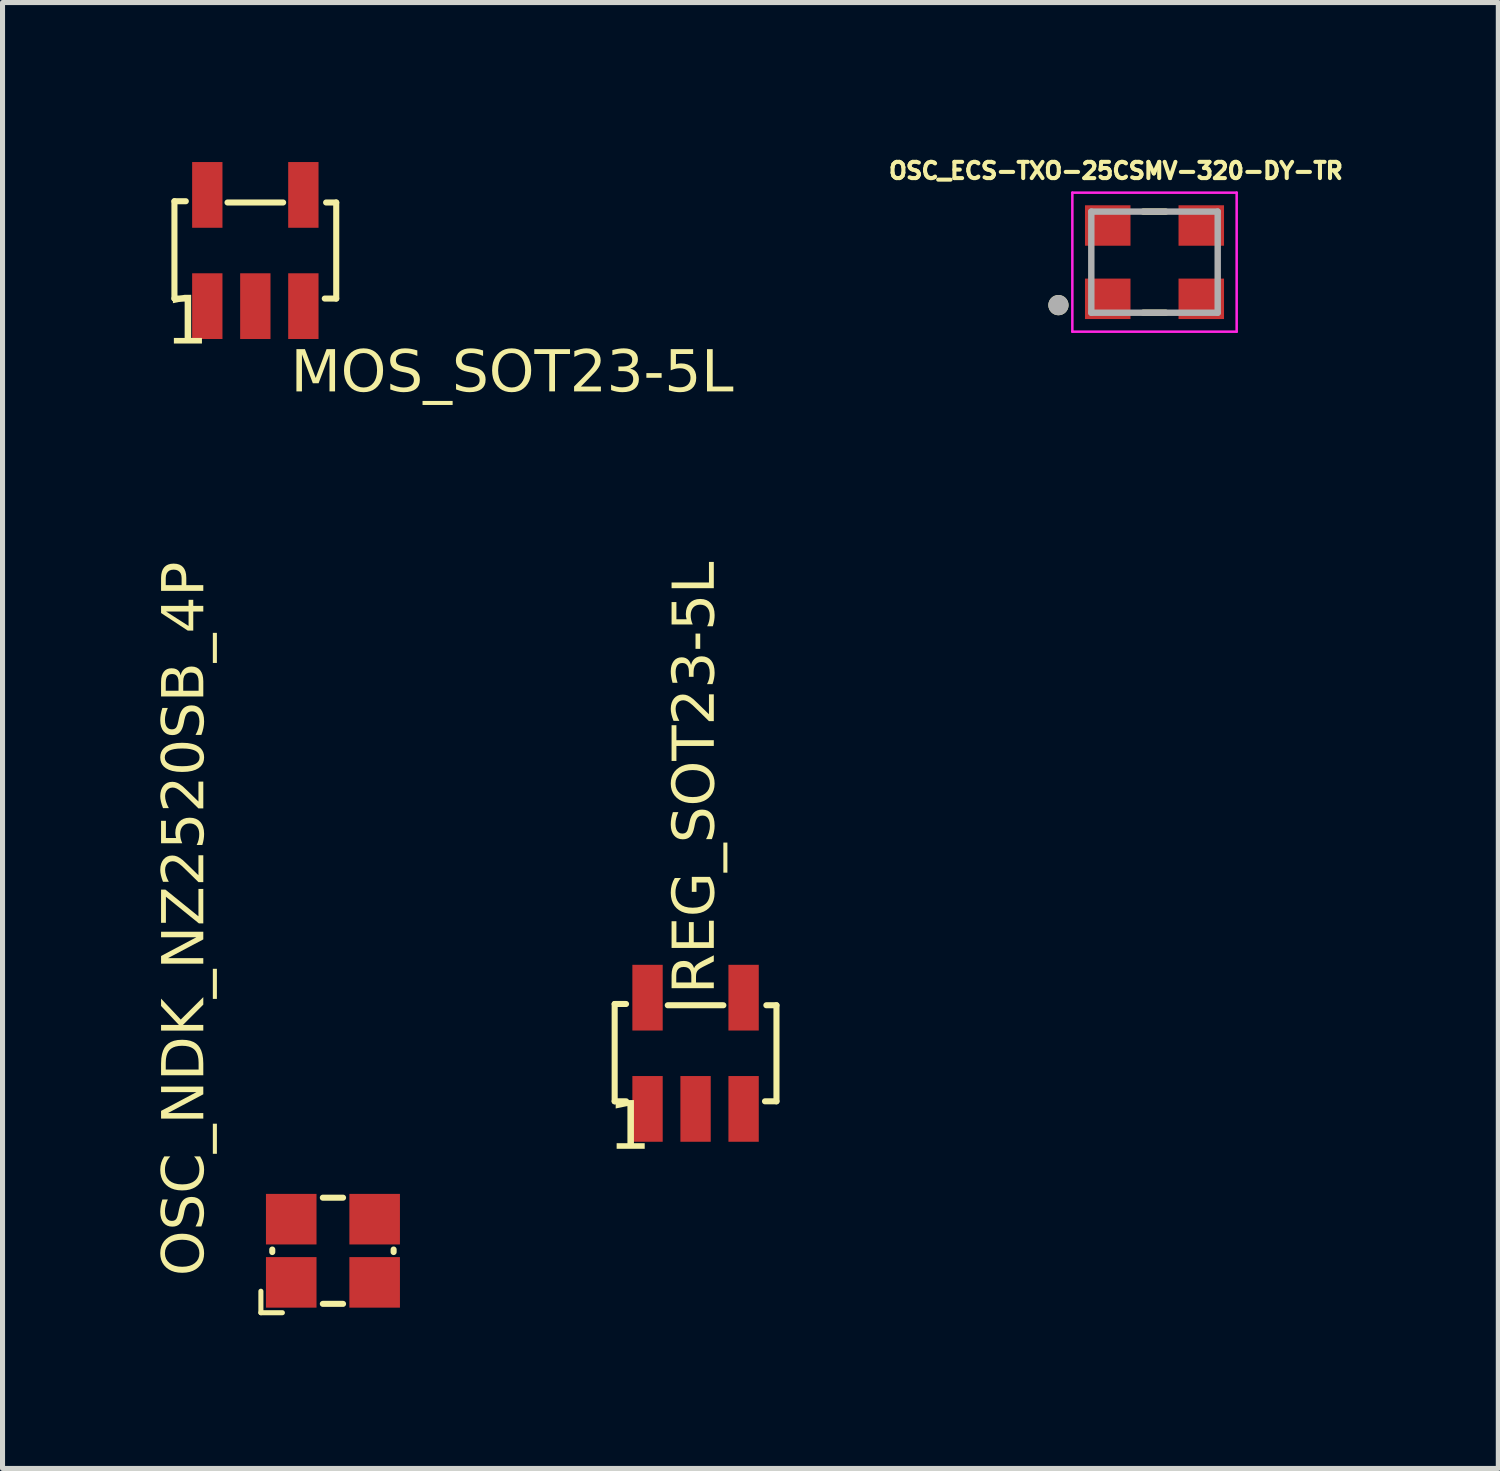
<source format=kicad_pcb>
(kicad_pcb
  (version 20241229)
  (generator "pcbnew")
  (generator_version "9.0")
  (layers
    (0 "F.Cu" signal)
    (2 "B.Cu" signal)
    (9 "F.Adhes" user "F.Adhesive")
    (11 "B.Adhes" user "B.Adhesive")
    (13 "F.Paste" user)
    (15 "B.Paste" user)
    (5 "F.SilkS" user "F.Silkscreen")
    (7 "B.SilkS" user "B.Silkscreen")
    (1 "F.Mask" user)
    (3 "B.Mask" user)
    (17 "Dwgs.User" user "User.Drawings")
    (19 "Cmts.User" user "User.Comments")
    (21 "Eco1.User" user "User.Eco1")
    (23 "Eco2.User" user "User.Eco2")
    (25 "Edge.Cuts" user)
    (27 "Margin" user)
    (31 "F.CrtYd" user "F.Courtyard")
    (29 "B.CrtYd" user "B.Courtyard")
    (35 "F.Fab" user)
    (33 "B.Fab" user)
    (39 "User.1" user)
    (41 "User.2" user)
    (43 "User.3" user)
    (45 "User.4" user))
  (footprint "OSC_ECS-TXO-25CSMV-320-DY-TR"
    (layer "F.Cu")
    (at 19.784 2.135)
    (property "Reference" "OSC_ECS-TXO-25CSMV-320-DY-TR" (at -0.763 -1.807 0) (layer "F.SilkS") (effects (font (size 0.321 0.321) (thickness 0.15))))
    (attr smd)
    (fp_line (start -0.221 -1) (end 0.221 -1) (stroke (width 0.127) (type solid)) (layer "F.SilkS"))
    (fp_line (start -0.221 1) (end 0.221 1) (stroke (width 0.127) (type solid)) (layer "F.SilkS"))
    (fp_circle (center -1.9 0.85) (end -1.8 0.85) (stroke (width 0.2) (type solid)) (fill no) (layer "F.SilkS"))
    (fp_line (start -1.625 -1.375) (end 1.625 -1.375) (stroke (width 0.05) (type solid)) (layer "F.CrtYd"))
    (fp_line (start -1.625 1.375) (end -1.625 -1.375) (stroke (width 0.05) (type solid)) (layer "F.CrtYd"))
    (fp_line (start 1.625 -1.375) (end 1.625 1.375) (stroke (width 0.05) (type solid)) (layer "F.CrtYd"))
    (fp_line (start 1.625 1.375) (end -1.625 1.375) (stroke (width 0.05) (type solid)) (layer "F.CrtYd"))
    (fp_line (start -1.25 -1) (end 1.25 -1) (stroke (width 0.127) (type solid)) (layer "F.Fab"))
    (fp_line (start -1.25 1) (end -1.25 -1) (stroke (width 0.127) (type solid)) (layer "F.Fab"))
    (fp_line (start 1.25 -1) (end 1.25 1) (stroke (width 0.127) (type solid)) (layer "F.Fab"))
    (fp_line (start 1.25 1) (end -1.25 1) (stroke (width 0.127) (type solid)) (layer "F.Fab"))
    (fp_circle (center -1.9 0.85) (end -1.8 0.85) (stroke (width 0.2) (type solid)) (fill no) (layer "F.Fab"))
    (pad "1" smd rect (at -0.925 0.725 180) (size 0.9 0.8) (layers "F.Cu" "F.Mask" "F.Paste"))
    (pad "2" smd rect (at 0.925 0.725 180) (size 0.9 0.8) (layers "F.Cu" "F.Mask" "F.Paste"))
    (pad "3" smd rect (at 0.925 -0.725 180) (size 0.9 0.8) (layers "F.Cu" "F.Mask" "F.Paste"))
    (pad "4" smd rect (at -0.925 -0.725 180) (size 0.9 0.8) (layers "F.Cu" "F.Mask" "F.Paste")))
  (footprint "REG_SOT23-5L"
    (layer "F.Cu")
    (at 10.707 17.782)
    (property "Reference" "REG_SOT23-5L" (at 0.5 -1.175 90) (unlocked yes) (layer "F.SilkS") (effects (font (face "Arial") (size 0.819 0.819) (thickness 0.254)) (justify left bottom)))
    (fp_line (start -1.6 0.95) (end -1.6 -0.975) (stroke (width 0.12) (type solid)) (layer "F.SilkS"))
    (fp_line (start -1.375 -0.975) (end -1.6 -0.975) (stroke (width 0.12) (type solid)) (layer "F.SilkS"))
    (fp_line (start -1.373 0.95) (end -1.6 0.95) (stroke (width 0.12) (type solid)) (layer "F.SilkS"))
    (fp_line (start 0.55 -0.95) (end -0.55 -0.95) (stroke (width 0.12) (type solid)) (layer "F.SilkS"))
    (fp_line (start 1.6 -0.95) (end 1.4 -0.95) (stroke (width 0.12) (type solid)) (layer "F.SilkS"))
    (fp_line (start 1.6 0.95) (end 1.373 0.95) (stroke (width 0.12) (type solid)) (layer "F.SilkS"))
    (fp_line (start 1.6 0.95) (end 1.6 -0.95) (stroke (width 0.12) (type solid)) (layer "F.SilkS"))
    (fp_line (start -1.725 1.9) (end -1.725 -1.9) (stroke (width 0.01) (type solid)) (layer "Eco1.User"))
    (fp_line (start -1.525 0.875) (end -1.525 -0.875) (stroke (width 0.01) (type solid)) (layer "Eco1.User"))
    (fp_line (start -1.45 0.8) (end -1.45 -0.8) (stroke (width 0.01) (type solid)) (layer "Eco1.User"))
    (fp_line (start -1.15 -0.875) (end -1.15 -1.5) (stroke (width 0.01) (type solid)) (layer "Eco1.User"))
    (fp_line (start -1.15 1.5) (end -1.15 0.875) (stroke (width 0.01) (type solid)) (layer "Eco1.User"))
    (fp_line (start -0.75 -1.5) (end -1.15 -1.5) (stroke (width 0.01) (type solid)) (layer "Eco1.User"))
    (fp_line (start -0.75 -0.875) (end -0.75 -1.5) (stroke (width 0.01) (type solid)) (layer "Eco1.User"))
    (fp_line (start -0.75 1.5) (end -1.15 1.5) (stroke (width 0.01) (type solid)) (layer "Eco1.User"))
    (fp_line (start -0.75 1.5) (end -0.75 0.875) (stroke (width 0.01) (type solid)) (layer "Eco1.User"))
    (fp_line (start -0.2 1.5) (end -0.2 0.875) (stroke (width 0.01) (type solid)) (layer "Eco1.User"))
    (fp_line (start 0.2 1.5) (end -0.2 1.5) (stroke (width 0.01) (type solid)) (layer "Eco1.User"))
    (fp_line (start 0.2 1.5) (end 0.2 0.875) (stroke (width 0.01) (type solid)) (layer "Eco1.User"))
    (fp_line (start 0.75 -0.875) (end 0.75 -1.5) (stroke (width 0.01) (type solid)) (layer "Eco1.User"))
    (fp_line (start 0.75 1.5) (end 0.75 0.875) (stroke (width 0.01) (type solid)) (layer "Eco1.User"))
    (fp_line (start 1.15 -1.5) (end 0.75 -1.5) (stroke (width 0.01) (type solid)) (layer "Eco1.User"))
    (fp_line (start 1.15 -0.875) (end 1.15 -1.5) (stroke (width 0.01) (type solid)) (layer "Eco1.User"))
    (fp_line (start 1.15 1.5) (end 0.75 1.5) (stroke (width 0.01) (type solid)) (layer "Eco1.User"))
    (fp_line (start 1.15 1.5) (end 1.15 0.875) (stroke (width 0.01) (type solid)) (layer "Eco1.User"))
    (fp_line (start 1.45 -0.8) (end -1.45 -0.8) (stroke (width 0.01) (type solid)) (layer "Eco1.User"))
    (fp_line (start 1.45 0.8) (end -1.45 0.8) (stroke (width 0.01) (type solid)) (layer "Eco1.User"))
    (fp_line (start 1.45 0.8) (end 1.45 -0.8) (stroke (width 0.01) (type solid)) (layer "Eco1.User"))
    (fp_line (start 1.525 -0.875) (end -1.525 -0.875) (stroke (width 0.01) (type solid)) (layer "Eco1.User"))
    (fp_line (start 1.525 0.875) (end -1.525 0.875) (stroke (width 0.01) (type solid)) (layer "Eco1.User"))
    (fp_line (start 1.525 0.875) (end 1.525 -0.875) (stroke (width 0.01) (type solid)) (layer "Eco1.User"))
    (fp_line (start 1.725 -1.9) (end -1.725 -1.9) (stroke (width 0.01) (type solid)) (layer "Eco1.User"))
    (fp_line (start 1.725 1.9) (end -1.725 1.9) (stroke (width 0.01) (type solid)) (layer "Eco1.User"))
    (fp_line (start 1.725 1.9) (end 1.725 -1.9) (stroke (width 0.01) (type solid)) (layer "Eco1.User"))
    (fp_circle (center -1.2 0.6) (end -1.325 0.6) (stroke (width 0.01) (type solid)) (fill no) (layer "Eco1.User"))
    (fp_text user "1" (at -1.725 2.05 0) (unlocked yes) (layer "F.SilkS") (effects (font (face "Arial") (size 0.945 0.945) (thickness 0.08)) (justify left bottom)))
    (fp_text user "'.Designator'" (at 2.038 -0.512 180) (unlocked yes) (layer "Eco1.User") (effects (font (face "Arial") (size 0.472 0.472) (thickness 0.254)) (justify left bottom)))
    (pad "1" smd rect (at -0.95 1.1 90) (size 1.3 0.6) (layers "F.Cu" "F.Mask" "F.Paste"))
    (pad "2" smd rect (at 0 1.1 90) (size 1.3 0.6) (layers "F.Cu" "F.Mask" "F.Paste"))
    (pad "3" smd rect (at 0.95 1.1 90) (size 1.3 0.6) (layers "F.Cu" "F.Mask" "F.Paste"))
    (pad "4" smd rect (at 0.95 -1.1 90) (size 1.3 0.6) (layers "F.Cu" "F.Mask" "F.Paste"))
    (pad "5" smd rect (at -0.95 -1.1 90) (size 1.3 0.6) (layers "F.Cu" "F.Mask" "F.Paste")))
  (footprint "OSC_NDK_NZ2520SB_4P"
    (layer "F.Cu")
    (at 3.535 21.688)
    (property "Reference" "OSC_NDK_NZ2520SB_4P" (at -2.425 0.5 90) (unlocked yes) (layer "F.SilkS") (effects (font (face "Arial") (size 0.819 0.819) (thickness 0.254)) (justify left bottom)))
    (fp_line (start -1.425 1.225) (end -1.425 0.8) (stroke (width 0.1) (type solid)) (layer "F.SilkS"))
    (fp_line (start -1.2 0.025) (end -1.2 -0.025) (stroke (width 0.12) (type solid)) (layer "F.SilkS"))
    (fp_line (start -1 1.225) (end -1.425 1.225) (stroke (width 0.1) (type solid)) (layer "F.SilkS"))
    (fp_line (start 0.2 -1.05) (end -0.2 -1.05) (stroke (width 0.12) (type solid)) (layer "F.SilkS"))
    (fp_line (start 0.2 1.05) (end -0.2 1.05) (stroke (width 0.12) (type solid)) (layer "F.SilkS"))
    (fp_line (start 1.2 0.025) (end 1.2 -0.025) (stroke (width 0.12) (type solid)) (layer "F.SilkS"))
    (fp_line (start -1.5 1.3) (end -1.5 -1.3) (stroke (width 0.01) (type solid)) (layer "Eco1.User"))
    (fp_line (start -1.3 -0.4) (end -1.3 -0.9) (stroke (width 0.01) (type solid)) (layer "Eco1.User"))
    (fp_line (start -1.3 0.4) (end -1.2 0.3) (stroke (width 0.01) (type solid)) (layer "Eco1.User"))
    (fp_line (start -1.3 0.9) (end -1.3 0.4) (stroke (width 0.01) (type solid)) (layer "Eco1.User"))
    (fp_line (start -1.2 -0.3) (end -1.3 -0.4) (stroke (width 0.01) (type solid)) (layer "Eco1.User"))
    (fp_line (start -1.2 0.3) (end -1.2 -0.3) (stroke (width 0.01) (type solid)) (layer "Eco1.User"))
    (fp_line (start -1.175 -0.325) (end -1.175 -0.925) (stroke (width 0.01) (type solid)) (layer "Eco1.User"))
    (fp_line (start -1.175 0.925) (end -1.175 0.325) (stroke (width 0.01) (type solid)) (layer "Eco1.User"))
    (fp_line (start -1.15 0.7) (end -1.15 -0.7) (stroke (width 0.01) (type solid)) (layer "Eco1.User"))
    (fp_line (start -1.05 0.7) (end -1.05 -0.7) (stroke (width 0.01) (type solid)) (layer "Eco1.User"))
    (fp_line (start -0.475 -0.925) (end -1.175 -0.925) (stroke (width 0.01) (type solid)) (layer "Eco1.User"))
    (fp_line (start -0.475 -0.325) (end -1.175 -0.325) (stroke (width 0.01) (type solid)) (layer "Eco1.User"))
    (fp_line (start -0.475 -0.325) (end -0.475 -0.925) (stroke (width 0.01) (type solid)) (layer "Eco1.User"))
    (fp_line (start -0.475 0.325) (end -1.175 0.325) (stroke (width 0.01) (type solid)) (layer "Eco1.User"))
    (fp_line (start -0.475 0.925) (end -1.175 0.925) (stroke (width 0.01) (type solid)) (layer "Eco1.User"))
    (fp_line (start -0.475 0.925) (end -0.475 0.325) (stroke (width 0.01) (type solid)) (layer "Eco1.User"))
    (fp_line (start 0.475 -0.325) (end 0.475 -0.925) (stroke (width 0.01) (type solid)) (layer "Eco1.User"))
    (fp_line (start 0.475 0.925) (end 0.475 0.325) (stroke (width 0.01) (type solid)) (layer "Eco1.User"))
    (fp_line (start 0.95 -0.9) (end -0.95 -0.9) (stroke (width 0.01) (type solid)) (layer "Eco1.User"))
    (fp_line (start 0.95 -0.8) (end -0.95 -0.8) (stroke (width 0.01) (type solid)) (layer "Eco1.User"))
    (fp_line (start 0.95 0.8) (end -0.95 0.8) (stroke (width 0.01) (type solid)) (layer "Eco1.User"))
    (fp_line (start 0.95 0.9) (end -0.95 0.9) (stroke (width 0.01) (type solid)) (layer "Eco1.User"))
    (fp_line (start 1.05 0.7) (end 1.05 -0.7) (stroke (width 0.01) (type solid)) (layer "Eco1.User"))
    (fp_line (start 1.15 -1.05) (end -1.15 -1.05) (stroke (width 0.01) (type solid)) (layer "Eco1.User"))
    (fp_line (start 1.15 0.7) (end 1.15 -0.7) (stroke (width 0.01) (type solid)) (layer "Eco1.User"))
    (fp_line (start 1.15 1.05) (end -1.15 1.05) (stroke (width 0.01) (type solid)) (layer "Eco1.User"))
    (fp_line (start 1.175 -0.925) (end 0.475 -0.925) (stroke (width 0.01) (type solid)) (layer "Eco1.User"))
    (fp_line (start 1.175 -0.325) (end 0.475 -0.325) (stroke (width 0.01) (type solid)) (layer "Eco1.User"))
    (fp_line (start 1.175 -0.325) (end 1.175 -0.925) (stroke (width 0.01) (type solid)) (layer "Eco1.User"))
    (fp_line (start 1.175 0.325) (end 0.475 0.325) (stroke (width 0.01) (type solid)) (layer "Eco1.User"))
    (fp_line (start 1.175 0.925) (end 0.475 0.925) (stroke (width 0.01) (type solid)) (layer "Eco1.User"))
    (fp_line (start 1.175 0.925) (end 1.175 0.325) (stroke (width 0.01) (type solid)) (layer "Eco1.User"))
    (fp_line (start 1.2 -0.3) (end 1.3 -0.4) (stroke (width 0.01) (type solid)) (layer "Eco1.User"))
    (fp_line (start 1.2 0.3) (end 1.2 -0.3) (stroke (width 0.01) (type solid)) (layer "Eco1.User"))
    (fp_line (start 1.3 -0.4) (end 1.3 -0.9) (stroke (width 0.01) (type solid)) (layer "Eco1.User"))
    (fp_line (start 1.3 0.4) (end 1.2 0.3) (stroke (width 0.01) (type solid)) (layer "Eco1.User"))
    (fp_line (start 1.3 0.9) (end 1.3 0.4) (stroke (width 0.01) (type solid)) (layer "Eco1.User"))
    (fp_line (start 1.5 -1.3) (end -1.5 -1.3) (stroke (width 0.01) (type solid)) (layer "Eco1.User"))
    (fp_line (start 1.5 1.3) (end -1.5 1.3) (stroke (width 0.01) (type solid)) (layer "Eco1.User"))
    (fp_line (start 1.5 1.3) (end 1.5 -1.3) (stroke (width 0.01) (type solid)) (layer "Eco1.User"))
    (fp_arc (start -1.299786 0.900027) (mid -1.199889 0.950107) (end -1.149983 1.050091) (stroke (width 0.01) (type solid)) (layer "Eco1.User"))
    (fp_arc (start -1.150027 -1.049786) (mid -1.200107 -0.949889) (end -1.300091 -0.899983) (stroke (width 0.01) (type solid)) (layer "Eco1.User"))
    (fp_arc (start -1.150007 -0.700058) (mid -1.092678 -0.842668) (end -0.950068 -0.899997) (stroke (width 0.01) (type solid)) (layer "Eco1.User"))
    (fp_arc (start -1.050008 -0.700046) (mid -1.024946 -0.775056) (end -0.949893 -0.799986) (stroke (width 0.01) (type solid)) (layer "Eco1.User"))
    (fp_arc (start -0.950068 0.900007) (mid -1.092678 0.842678) (end -1.150007 0.700068) (stroke (width 0.01) (type solid)) (layer "Eco1.User"))
    (fp_arc (start -0.950046 0.800008) (mid -1.025056 0.774946) (end -1.049986 0.699893) (stroke (width 0.01) (type solid)) (layer "Eco1.User"))
    (fp_arc (start 0.950046 -0.800008) (mid 1.025056 -0.774946) (end 1.049986 -0.699893) (stroke (width 0.01) (type solid)) (layer "Eco1.User"))
    (fp_arc (start 0.950058 -0.899997) (mid 1.092668 -0.842668) (end 1.149997 -0.700058) (stroke (width 0.01) (type solid)) (layer "Eco1.User"))
    (fp_arc (start 1.050008 0.700046) (mid 1.024946 0.775056) (end 0.949893 0.799986) (stroke (width 0.01) (type solid)) (layer "Eco1.User"))
    (fp_arc (start 1.149997 0.700068) (mid 1.092668 0.842678) (end 0.950058 0.900007) (stroke (width 0.01) (type solid)) (layer "Eco1.User"))
    (fp_arc (start 1.150027 1.049787) (mid 1.200103 0.949892) (end 1.300083 0.899993) (stroke (width 0.01) (type solid)) (layer "Eco1.User"))
    (fp_arc (start 1.299786 -0.900027) (mid 1.199889 -0.950106) (end 1.149983 -1.050091) (stroke (width 0.01) (type solid)) (layer "Eco1.User"))
    (fp_text user "3" (at 0.887 -0.725 180) (unlocked yes) (layer "Eco1.User") (effects (font (face "Arial") (size 0.378 0.378) (thickness 0.254)) (justify left bottom)))
    (fp_text user "4" (at -0.662 -0.75 180) (unlocked yes) (layer "Eco1.User") (effects (font (face "Arial") (size 0.378 0.378) (thickness 0.254)) (justify left bottom)))
    (fp_text user "1" (at -0.688 0.362 180) (unlocked yes) (layer "Eco1.User") (effects (font (face "Arial") (size 0.378 0.378) (thickness 0.254)) (justify left bottom)))
    (fp_text user "2" (at 0.9 0.388 180) (unlocked yes) (layer "Eco1.User") (effects (font (face "Arial") (size 0.378 0.378) (thickness 0.254)) (justify left bottom)))
    (fp_text user "'.Designator'" (at 2.013 -0.463 180) (unlocked yes) (layer "Eco1.User") (effects (font (face "Arial") (size 0.472 0.472) (thickness 0.254)) (justify left bottom)))
    (pad "1" smd rect (at -0.825 0.625) (size 1 1) (layers "F.Cu" "F.Mask" "F.Paste"))
    (pad "2" smd rect (at 0.825 0.625) (size 1 1) (layers "F.Cu" "F.Mask" "F.Paste"))
    (pad "3" smd rect (at 0.825 -0.625) (size 1 1) (layers "F.Cu" "F.Mask" "F.Paste"))
    (pad "4" smd rect (at -0.825 -0.625) (size 1 1) (layers "F.Cu" "F.Mask" "F.Paste")))
  (footprint "MOS_SOT23-5L"
    (layer "F.Cu")
    (at 2 1.905)
    (property "Reference" "MOS_SOT23-5L" (at 0.7 2.925 0) (unlocked yes) (layer "F.SilkS") (effects (font (face "Arial") (size 0.819 0.819) (thickness 0.254)) (justify left bottom)))
    (fp_line (start -1.6 -0.975) (end -1.375 -0.975) (stroke (width 0.12) (type solid)) (layer "F.SilkS"))
    (fp_line (start -1.6 0.95) (end -1.6 -0.975) (stroke (width 0.12) (type solid)) (layer "F.SilkS"))
    (fp_line (start -1.6 0.95) (end -1.373 0.95) (stroke (width 0.12) (type solid)) (layer "F.SilkS"))
    (fp_line (start -0.55 -0.95) (end 0.55 -0.95) (stroke (width 0.12) (type solid)) (layer "F.SilkS"))
    (fp_line (start 1.373 0.95) (end 1.6 0.95) (stroke (width 0.12) (type solid)) (layer "F.SilkS"))
    (fp_line (start 1.4 -0.95) (end 1.6 -0.95) (stroke (width 0.12) (type solid)) (layer "F.SilkS"))
    (fp_line (start 1.6 0.95) (end 1.6 -0.95) (stroke (width 0.12) (type solid)) (layer "F.SilkS"))
    (fp_line (start -1.725 -1.9) (end 1.725 -1.9) (stroke (width 0.01) (type solid)) (layer "Eco1.User"))
    (fp_line (start -1.725 1.9) (end -1.725 -1.9) (stroke (width 0.01) (type solid)) (layer "Eco1.User"))
    (fp_line (start -1.725 1.9) (end 1.725 1.9) (stroke (width 0.01) (type solid)) (layer "Eco1.User"))
    (fp_line (start -1.525 -0.875) (end 1.525 -0.875) (stroke (width 0.01) (type solid)) (layer "Eco1.User"))
    (fp_line (start -1.525 0.875) (end -1.525 -0.875) (stroke (width 0.01) (type solid)) (layer "Eco1.User"))
    (fp_line (start -1.525 0.875) (end 1.525 0.875) (stroke (width 0.01) (type solid)) (layer "Eco1.User"))
    (fp_line (start -1.45 -0.8) (end 1.45 -0.8) (stroke (width 0.01) (type solid)) (layer "Eco1.User"))
    (fp_line (start -1.45 0.8) (end -1.45 -0.8) (stroke (width 0.01) (type solid)) (layer "Eco1.User"))
    (fp_line (start -1.45 0.8) (end 1.45 0.8) (stroke (width 0.01) (type solid)) (layer "Eco1.User"))
    (fp_line (start -1.15 -1.5) (end -0.75 -1.5) (stroke (width 0.01) (type solid)) (layer "Eco1.User"))
    (fp_line (start -1.15 -0.875) (end -1.15 -1.5) (stroke (width 0.01) (type solid)) (layer "Eco1.User"))
    (fp_line (start -1.15 1.5) (end -1.15 0.875) (stroke (width 0.01) (type solid)) (layer "Eco1.User"))
    (fp_line (start -1.15 1.5) (end -0.75 1.5) (stroke (width 0.01) (type solid)) (layer "Eco1.User"))
    (fp_line (start -0.75 -0.875) (end -0.75 -1.5) (stroke (width 0.01) (type solid)) (layer "Eco1.User"))
    (fp_line (start -0.75 1.5) (end -0.75 0.875) (stroke (width 0.01) (type solid)) (layer "Eco1.User"))
    (fp_line (start -0.2 1.5) (end -0.2 0.875) (stroke (width 0.01) (type solid)) (layer "Eco1.User"))
    (fp_line (start -0.2 1.5) (end 0.2 1.5) (stroke (width 0.01) (type solid)) (layer "Eco1.User"))
    (fp_line (start 0.2 1.5) (end 0.2 0.875) (stroke (width 0.01) (type solid)) (layer "Eco1.User"))
    (fp_line (start 0.75 -1.5) (end 1.15 -1.5) (stroke (width 0.01) (type solid)) (layer "Eco1.User"))
    (fp_line (start 0.75 -0.875) (end 0.75 -1.5) (stroke (width 0.01) (type solid)) (layer "Eco1.User"))
    (fp_line (start 0.75 1.5) (end 0.75 0.875) (stroke (width 0.01) (type solid)) (layer "Eco1.User"))
    (fp_line (start 0.75 1.5) (end 1.15 1.5) (stroke (width 0.01) (type solid)) (layer "Eco1.User"))
    (fp_line (start 1.15 -0.875) (end 1.15 -1.5) (stroke (width 0.01) (type solid)) (layer "Eco1.User"))
    (fp_line (start 1.15 1.5) (end 1.15 0.875) (stroke (width 0.01) (type solid)) (layer "Eco1.User"))
    (fp_line (start 1.45 0.8) (end 1.45 -0.8) (stroke (width 0.01) (type solid)) (layer "Eco1.User"))
    (fp_line (start 1.525 0.875) (end 1.525 -0.875) (stroke (width 0.01) (type solid)) (layer "Eco1.User"))
    (fp_line (start 1.725 1.9) (end 1.725 -1.9) (stroke (width 0.01) (type solid)) (layer "Eco1.User"))
    (fp_circle (center -1.2 0.6) (end -1.2 0.475) (stroke (width 0.01) (type solid)) (fill no) (layer "Eco1.User"))
    (fp_text user "1" (at -1.775 2 0) (unlocked yes) (layer "F.SilkS") (effects (font (face "Arial") (size 0.945 0.945) (thickness 0.08)) (justify left bottom)))
    (fp_text user "'.Designator'" (at -2 0.5 0) (unlocked yes) (layer "Eco1.User") (effects (font (face "Arial") (size 0.472 0.472) (thickness 0.254)) (justify left bottom)))
    (pad "1" smd rect (at -0.95 1.1 90) (size 1.3 0.6) (layers "F.Cu" "F.Mask" "F.Paste"))
    (pad "2" smd rect (at 0 1.1 90) (size 1.3 0.6) (layers "F.Cu" "F.Mask" "F.Paste"))
    (pad "3" smd rect (at 0.95 1.1 90) (size 1.3 0.6) (layers "F.Cu" "F.Mask" "F.Paste"))
    (pad "4" smd rect (at 0.95 -1.1 90) (size 1.3 0.6) (layers "F.Cu" "F.Mask" "F.Paste"))
    (pad "5" smd rect (at -0.95 -1.1 90) (size 1.3 0.6) (layers "F.Cu" "F.Mask" "F.Paste")))
  (gr_rect
    (start -3 -3)
    (end 26.584 25.993)
    (stroke (width 0.1) (type default))
    (fill no)
    (layer "Edge.Cuts")))
</source>
